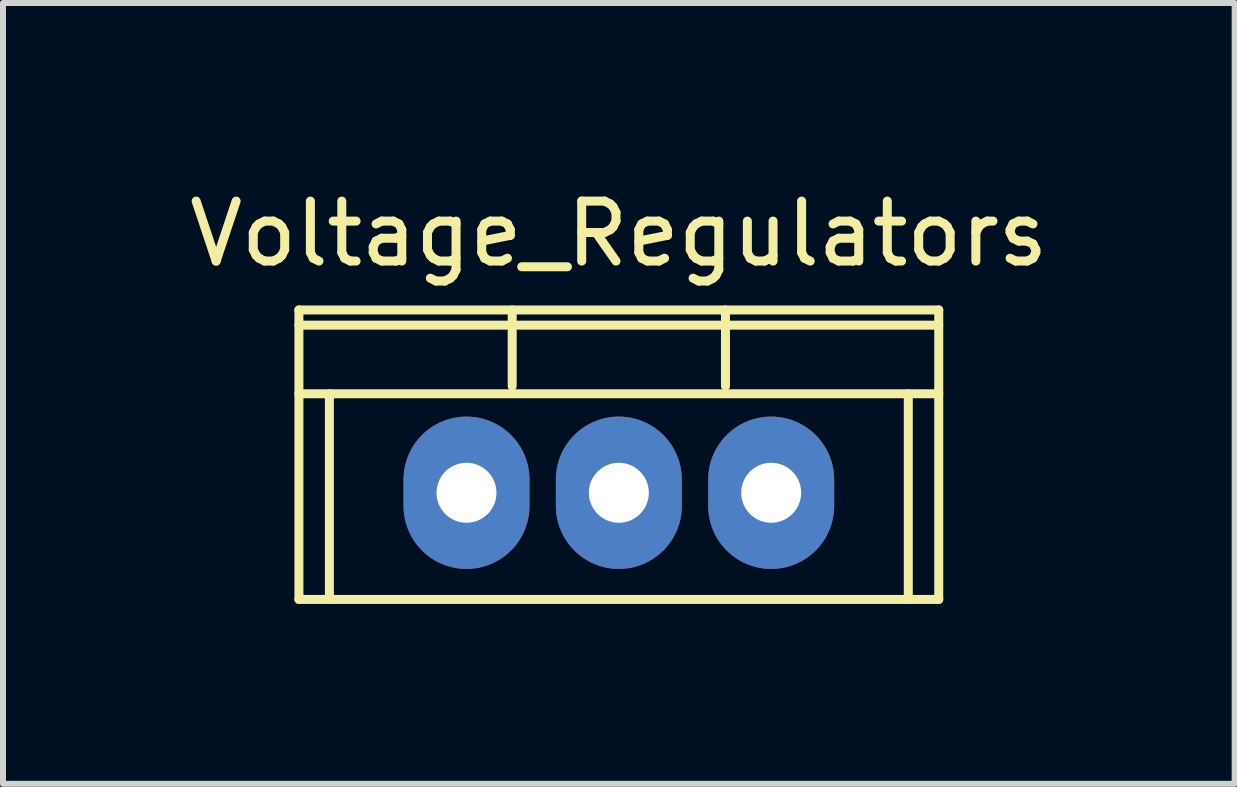
<source format=kicad_pcb>
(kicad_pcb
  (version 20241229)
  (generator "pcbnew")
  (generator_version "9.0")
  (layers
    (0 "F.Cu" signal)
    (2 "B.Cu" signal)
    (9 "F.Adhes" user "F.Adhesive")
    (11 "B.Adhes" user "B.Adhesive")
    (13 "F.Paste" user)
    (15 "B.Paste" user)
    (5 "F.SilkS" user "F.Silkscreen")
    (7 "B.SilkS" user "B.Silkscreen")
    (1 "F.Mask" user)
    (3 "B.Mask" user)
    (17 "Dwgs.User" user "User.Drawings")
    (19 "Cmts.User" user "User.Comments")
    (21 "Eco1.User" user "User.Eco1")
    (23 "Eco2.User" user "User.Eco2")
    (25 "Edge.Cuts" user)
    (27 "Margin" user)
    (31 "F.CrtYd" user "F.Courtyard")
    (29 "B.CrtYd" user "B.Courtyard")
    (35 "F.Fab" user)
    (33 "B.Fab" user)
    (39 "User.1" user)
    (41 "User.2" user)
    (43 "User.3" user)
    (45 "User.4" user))
  (footprint "Voltage_Regulators"
    (layer "F.Cu")
    (at 7.268 5.166)
    (property "Reference" "Voltage_Regulators" (at 0 -4.318 0) (layer "F.SilkS") (effects (font (size 1 1) (thickness 0.15))))
    (attr through_hole)
    (fp_line (start -5.334 -3.048) (end -5.334 1.778) (stroke (width 0.15) (type solid)) (layer "F.SilkS"))
    (fp_line (start -5.334 -1.651) (end 5.334 -1.651) (stroke (width 0.15) (type solid)) (layer "F.SilkS"))
    (fp_line (start -4.826 -1.651) (end -4.826 1.778) (stroke (width 0.15) (type solid)) (layer "F.SilkS"))
    (fp_line (start -1.778 -1.778) (end -1.778 -3.048) (stroke (width 0.15) (type solid)) (layer "F.SilkS"))
    (fp_line (start 1.778 -1.778) (end 1.778 -3.048) (stroke (width 0.15) (type solid)) (layer "F.SilkS"))
    (fp_line (start 4.826 -1.651) (end 4.826 1.778) (stroke (width 0.15) (type solid)) (layer "F.SilkS"))
    (fp_line (start 5.334 -3.048) (end -5.334 -3.048) (stroke (width 0.15) (type solid)) (layer "F.SilkS"))
    (fp_line (start 5.334 -3.048) (end 5.334 1.778) (stroke (width 0.15) (type solid)) (layer "F.SilkS"))
    (fp_line (start 5.334 -2.794) (end -5.334 -2.794) (stroke (width 0.15) (type solid)) (layer "F.SilkS"))
    (fp_line (start 5.334 1.778) (end -5.334 1.778) (stroke (width 0.15) (type solid)) (layer "F.SilkS"))
    (pad "1" thru_hole oval (at -2.54 0) (size 2.1 2.54) (drill 1) (layers "*.Cu" "*.Mask"))
    (pad "2" thru_hole oval (at 0 0) (size 2.1 2.54) (drill 1) (layers "*.Cu" "*.Mask"))
    (pad "3" thru_hole oval (at 2.54 0) (size 2.1 2.54) (drill 1) (layers "*.Cu" "*.Mask")))
  (gr_rect
    (start -3 -3)
    (end 17.536 10.019)
    (stroke (width 0.1) (type default))
    (fill no)
    (layer "Edge.Cuts")))
</source>
